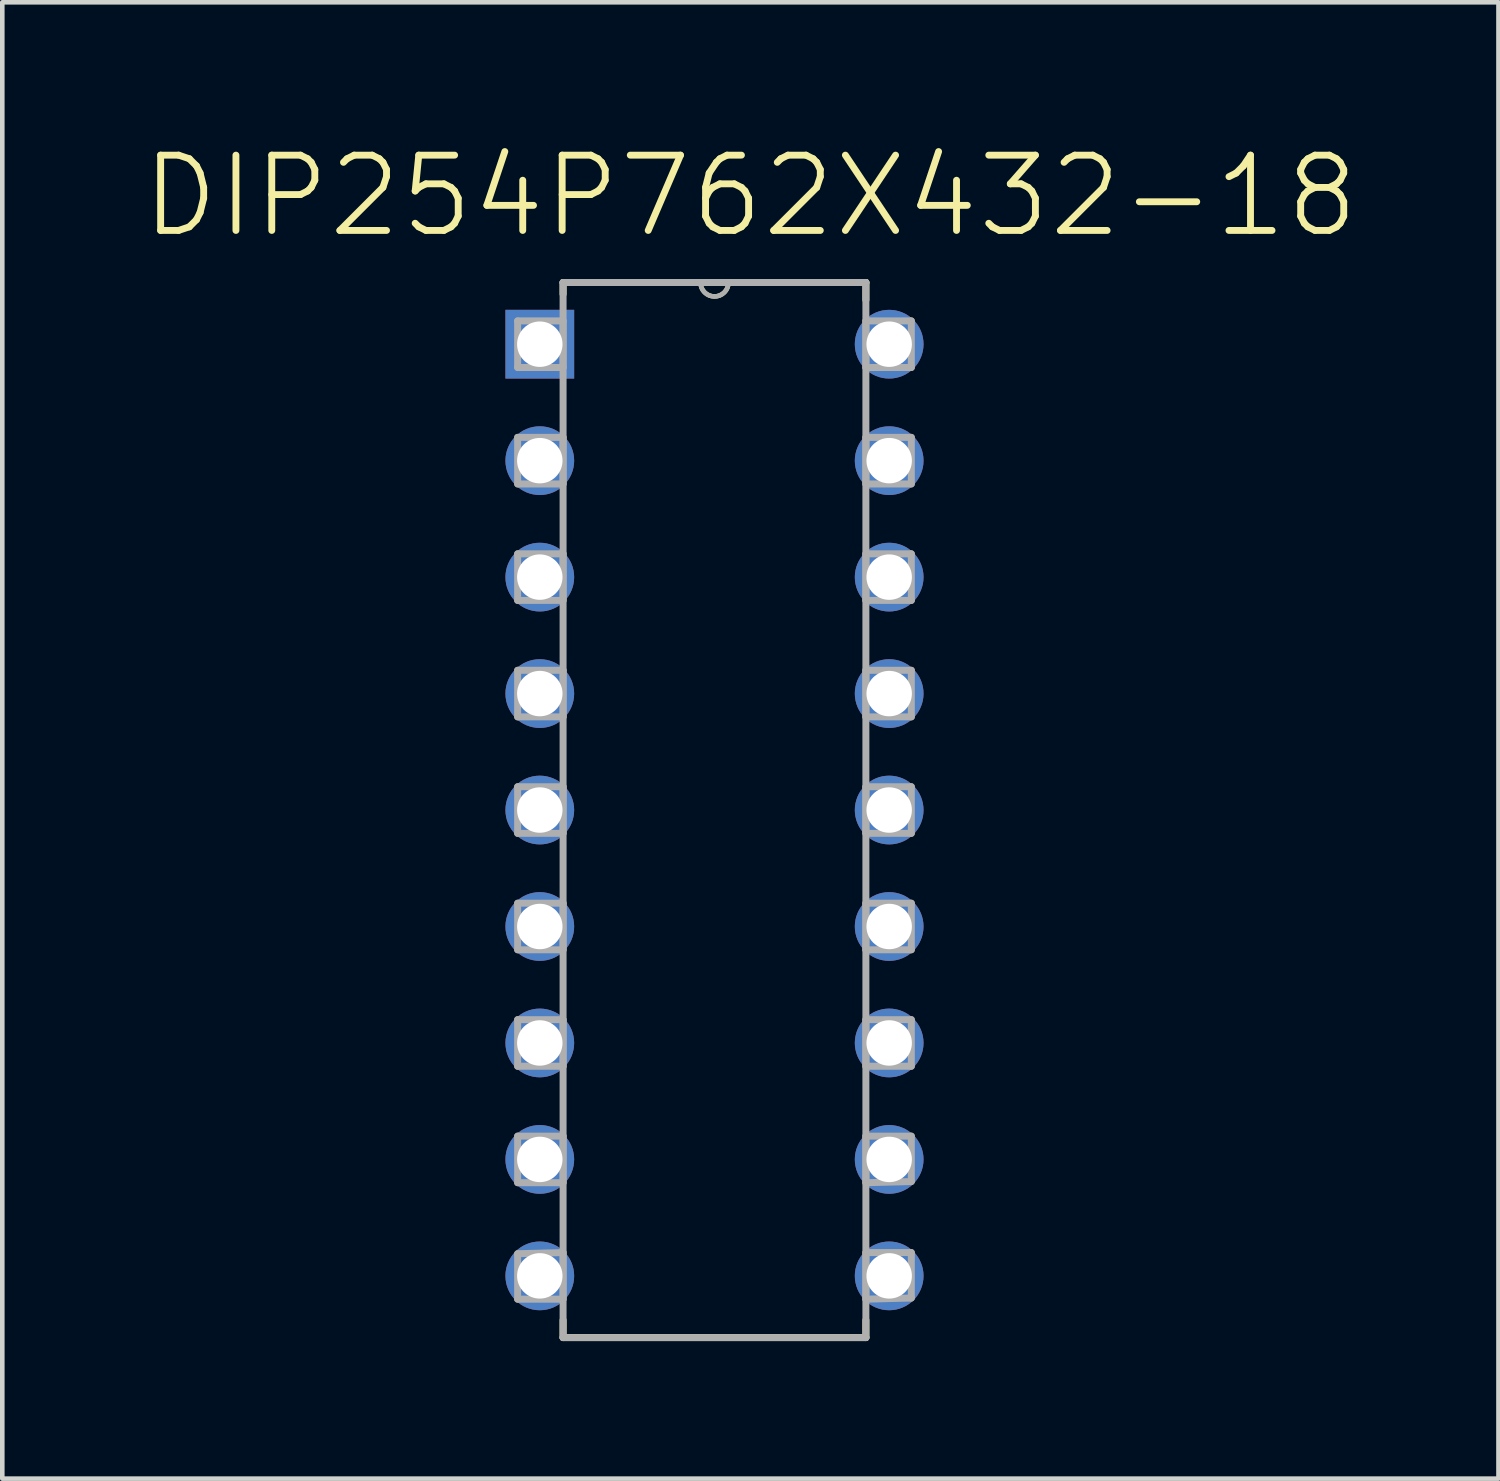
<source format=kicad_pcb>
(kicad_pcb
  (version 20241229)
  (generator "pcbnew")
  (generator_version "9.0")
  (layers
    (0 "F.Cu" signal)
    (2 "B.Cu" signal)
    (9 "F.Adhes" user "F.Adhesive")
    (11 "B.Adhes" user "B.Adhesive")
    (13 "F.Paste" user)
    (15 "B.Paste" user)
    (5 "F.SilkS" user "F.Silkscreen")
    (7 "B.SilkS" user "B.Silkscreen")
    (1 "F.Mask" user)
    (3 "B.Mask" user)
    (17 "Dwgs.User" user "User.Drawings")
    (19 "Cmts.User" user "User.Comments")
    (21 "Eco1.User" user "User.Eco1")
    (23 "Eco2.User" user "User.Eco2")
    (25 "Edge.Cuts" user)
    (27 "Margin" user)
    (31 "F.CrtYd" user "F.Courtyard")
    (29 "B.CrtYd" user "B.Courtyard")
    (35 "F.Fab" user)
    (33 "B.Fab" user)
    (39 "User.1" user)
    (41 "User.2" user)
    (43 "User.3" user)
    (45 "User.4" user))
  (footprint "DIP254P762X432-18"
    (layer "F.Cu")
    (at 16.343 24.777)
    (property "Reference" "DIP254P762X432-18" (at -3.027 -23.553 0) (layer "F.SilkS") (effects (font (size 1.642 1.642) (thickness 0.15))))
    (attr through_hole)
    (fp_line (start -7.112 -21.666) (end -7.112 -21.412) (stroke (width 0.152) (type solid)) (layer "F.SilkS"))
    (fp_line (start -7.112 0.965) (end -7.112 1.346) (stroke (width 0.152) (type solid)) (layer "F.SilkS"))
    (fp_line (start -7.112 1.346) (end -0.508 1.346) (stroke (width 0.152) (type solid)) (layer "F.SilkS"))
    (fp_line (start -4.115 -21.666) (end -7.112 -21.666) (stroke (width 0.152) (type solid)) (layer "F.SilkS"))
    (fp_line (start -3.505 -21.666) (end -4.115 -21.666) (stroke (width 0.152) (type solid)) (layer "F.SilkS"))
    (fp_line (start -0.508 -21.666) (end -3.505 -21.666) (stroke (width 0.152) (type solid)) (layer "F.SilkS"))
    (fp_line (start -0.508 -21.285) (end -0.508 -21.666) (stroke (width 0.152) (type solid)) (layer "F.SilkS"))
    (fp_line (start -0.508 1.346) (end -0.508 0.965) (stroke (width 0.152) (type solid)) (layer "F.SilkS"))
    (fp_arc (start -3.5052 -21.6662) (mid -3.81 -21.3614) (end -4.1148 -21.6662) (stroke (width 0.1) (type solid)) (layer "F.SilkS"))
    (fp_line (start -8.103 -20.828) (end -8.103 -19.812) (stroke (width 0.152) (type solid)) (layer "F.Fab"))
    (fp_line (start -8.103 -19.812) (end -7.112 -19.812) (stroke (width 0.152) (type solid)) (layer "F.Fab"))
    (fp_line (start -8.103 -18.288) (end -8.103 -17.272) (stroke (width 0.152) (type solid)) (layer "F.Fab"))
    (fp_line (start -8.103 -17.272) (end -7.112 -17.272) (stroke (width 0.152) (type solid)) (layer "F.Fab"))
    (fp_line (start -8.103 -15.748) (end -8.103 -14.732) (stroke (width 0.152) (type solid)) (layer "F.Fab"))
    (fp_line (start -8.103 -14.732) (end -7.112 -14.732) (stroke (width 0.152) (type solid)) (layer "F.Fab"))
    (fp_line (start -8.103 -13.208) (end -8.103 -12.192) (stroke (width 0.152) (type solid)) (layer "F.Fab"))
    (fp_line (start -8.103 -12.192) (end -7.112 -12.192) (stroke (width 0.152) (type solid)) (layer "F.Fab"))
    (fp_line (start -8.103 -10.668) (end -8.103 -9.652) (stroke (width 0.152) (type solid)) (layer "F.Fab"))
    (fp_line (start -8.103 -9.652) (end -7.112 -9.652) (stroke (width 0.152) (type solid)) (layer "F.Fab"))
    (fp_line (start -8.103 -8.128) (end -8.103 -7.112) (stroke (width 0.152) (type solid)) (layer "F.Fab"))
    (fp_line (start -8.103 -7.112) (end -7.112 -7.112) (stroke (width 0.152) (type solid)) (layer "F.Fab"))
    (fp_line (start -8.103 -5.588) (end -8.103 -4.572) (stroke (width 0.152) (type solid)) (layer "F.Fab"))
    (fp_line (start -8.103 -4.572) (end -7.112 -4.572) (stroke (width 0.152) (type solid)) (layer "F.Fab"))
    (fp_line (start -8.103 -3.048) (end -8.103 -2.032) (stroke (width 0.152) (type solid)) (layer "F.Fab"))
    (fp_line (start -8.103 -2.032) (end -7.112 -2.032) (stroke (width 0.152) (type solid)) (layer "F.Fab"))
    (fp_line (start -8.103 -0.483) (end -8.103 0.508) (stroke (width 0.152) (type solid)) (layer "F.Fab"))
    (fp_line (start -8.103 0.508) (end -7.112 0.508) (stroke (width 0.152) (type solid)) (layer "F.Fab"))
    (fp_line (start -7.112 -21.666) (end -7.112 1.346) (stroke (width 0.152) (type solid)) (layer "F.Fab"))
    (fp_line (start -7.112 -20.828) (end -8.103 -20.828) (stroke (width 0.152) (type solid)) (layer "F.Fab"))
    (fp_line (start -7.112 -19.812) (end -7.112 -20.828) (stroke (width 0.152) (type solid)) (layer "F.Fab"))
    (fp_line (start -7.112 -18.288) (end -8.103 -18.288) (stroke (width 0.152) (type solid)) (layer "F.Fab"))
    (fp_line (start -7.112 -17.272) (end -7.112 -18.288) (stroke (width 0.152) (type solid)) (layer "F.Fab"))
    (fp_line (start -7.112 -15.748) (end -8.103 -15.748) (stroke (width 0.152) (type solid)) (layer "F.Fab"))
    (fp_line (start -7.112 -14.732) (end -7.112 -15.748) (stroke (width 0.152) (type solid)) (layer "F.Fab"))
    (fp_line (start -7.112 -13.208) (end -8.103 -13.208) (stroke (width 0.152) (type solid)) (layer "F.Fab"))
    (fp_line (start -7.112 -12.192) (end -7.112 -13.208) (stroke (width 0.152) (type solid)) (layer "F.Fab"))
    (fp_line (start -7.112 -10.668) (end -8.103 -10.668) (stroke (width 0.152) (type solid)) (layer "F.Fab"))
    (fp_line (start -7.112 -9.652) (end -7.112 -10.668) (stroke (width 0.152) (type solid)) (layer "F.Fab"))
    (fp_line (start -7.112 -8.128) (end -8.103 -8.128) (stroke (width 0.152) (type solid)) (layer "F.Fab"))
    (fp_line (start -7.112 -7.112) (end -7.112 -8.128) (stroke (width 0.152) (type solid)) (layer "F.Fab"))
    (fp_line (start -7.112 -5.588) (end -8.103 -5.588) (stroke (width 0.152) (type solid)) (layer "F.Fab"))
    (fp_line (start -7.112 -4.572) (end -7.112 -5.588) (stroke (width 0.152) (type solid)) (layer "F.Fab"))
    (fp_line (start -7.112 -3.048) (end -8.103 -3.048) (stroke (width 0.152) (type solid)) (layer "F.Fab"))
    (fp_line (start -7.112 -2.032) (end -7.112 -3.048) (stroke (width 0.152) (type solid)) (layer "F.Fab"))
    (fp_line (start -7.112 -0.508) (end -8.103 -0.483) (stroke (width 0.152) (type solid)) (layer "F.Fab"))
    (fp_line (start -7.112 0.508) (end -7.112 -0.508) (stroke (width 0.152) (type solid)) (layer "F.Fab"))
    (fp_line (start -7.112 1.346) (end -0.508 1.346) (stroke (width 0.152) (type solid)) (layer "F.Fab"))
    (fp_line (start -4.115 -21.666) (end -7.112 -21.666) (stroke (width 0.152) (type solid)) (layer "F.Fab"))
    (fp_line (start -3.505 -21.666) (end -4.115 -21.666) (stroke (width 0.152) (type solid)) (layer "F.Fab"))
    (fp_line (start -0.508 -21.666) (end -3.505 -21.666) (stroke (width 0.152) (type solid)) (layer "F.Fab"))
    (fp_line (start -0.508 -20.828) (end -0.508 -19.812) (stroke (width 0.152) (type solid)) (layer "F.Fab"))
    (fp_line (start -0.508 -19.812) (end 0.483 -19.812) (stroke (width 0.152) (type solid)) (layer "F.Fab"))
    (fp_line (start -0.508 -18.288) (end -0.508 -17.272) (stroke (width 0.152) (type solid)) (layer "F.Fab"))
    (fp_line (start -0.508 -17.272) (end 0.483 -17.272) (stroke (width 0.152) (type solid)) (layer "F.Fab"))
    (fp_line (start -0.508 -15.748) (end -0.508 -14.732) (stroke (width 0.152) (type solid)) (layer "F.Fab"))
    (fp_line (start -0.508 -14.732) (end 0.483 -14.732) (stroke (width 0.152) (type solid)) (layer "F.Fab"))
    (fp_line (start -0.508 -13.208) (end -0.508 -12.192) (stroke (width 0.152) (type solid)) (layer "F.Fab"))
    (fp_line (start -0.508 -12.192) (end 0.483 -12.192) (stroke (width 0.152) (type solid)) (layer "F.Fab"))
    (fp_line (start -0.508 -10.668) (end -0.508 -9.652) (stroke (width 0.152) (type solid)) (layer "F.Fab"))
    (fp_line (start -0.508 -9.652) (end 0.483 -9.652) (stroke (width 0.152) (type solid)) (layer "F.Fab"))
    (fp_line (start -0.508 -8.128) (end -0.508 -7.112) (stroke (width 0.152) (type solid)) (layer "F.Fab"))
    (fp_line (start -0.508 -7.112) (end 0.483 -7.112) (stroke (width 0.152) (type solid)) (layer "F.Fab"))
    (fp_line (start -0.508 -5.588) (end -0.508 -4.572) (stroke (width 0.152) (type solid)) (layer "F.Fab"))
    (fp_line (start -0.508 -4.572) (end 0.483 -4.572) (stroke (width 0.152) (type solid)) (layer "F.Fab"))
    (fp_line (start -0.508 -3.048) (end -0.508 -2.032) (stroke (width 0.152) (type solid)) (layer "F.Fab"))
    (fp_line (start -0.508 -2.032) (end 0.483 -2.057) (stroke (width 0.152) (type solid)) (layer "F.Fab"))
    (fp_line (start -0.508 -0.508) (end -0.508 0.508) (stroke (width 0.152) (type solid)) (layer "F.Fab"))
    (fp_line (start -0.508 0.508) (end 0.483 0.483) (stroke (width 0.152) (type solid)) (layer "F.Fab"))
    (fp_line (start -0.508 1.346) (end -0.508 -21.666) (stroke (width 0.152) (type solid)) (layer "F.Fab"))
    (fp_line (start 0.483 -20.828) (end -0.508 -20.828) (stroke (width 0.152) (type solid)) (layer "F.Fab"))
    (fp_line (start 0.483 -19.812) (end 0.483 -20.828) (stroke (width 0.152) (type solid)) (layer "F.Fab"))
    (fp_line (start 0.483 -18.288) (end -0.508 -18.288) (stroke (width 0.152) (type solid)) (layer "F.Fab"))
    (fp_line (start 0.483 -17.272) (end 0.483 -18.288) (stroke (width 0.152) (type solid)) (layer "F.Fab"))
    (fp_line (start 0.483 -15.748) (end -0.508 -15.748) (stroke (width 0.152) (type solid)) (layer "F.Fab"))
    (fp_line (start 0.483 -14.732) (end 0.483 -15.748) (stroke (width 0.152) (type solid)) (layer "F.Fab"))
    (fp_line (start 0.483 -13.208) (end -0.508 -13.208) (stroke (width 0.152) (type solid)) (layer "F.Fab"))
    (fp_line (start 0.483 -12.192) (end 0.483 -13.208) (stroke (width 0.152) (type solid)) (layer "F.Fab"))
    (fp_line (start 0.483 -10.668) (end -0.508 -10.668) (stroke (width 0.152) (type solid)) (layer "F.Fab"))
    (fp_line (start 0.483 -9.652) (end 0.483 -10.668) (stroke (width 0.152) (type solid)) (layer "F.Fab"))
    (fp_line (start 0.483 -8.128) (end -0.508 -8.128) (stroke (width 0.152) (type solid)) (layer "F.Fab"))
    (fp_line (start 0.483 -7.112) (end 0.483 -8.128) (stroke (width 0.152) (type solid)) (layer "F.Fab"))
    (fp_line (start 0.483 -5.588) (end -0.508 -5.588) (stroke (width 0.152) (type solid)) (layer "F.Fab"))
    (fp_line (start 0.483 -4.572) (end 0.483 -5.588) (stroke (width 0.152) (type solid)) (layer "F.Fab"))
    (fp_line (start 0.483 -3.048) (end -0.508 -3.048) (stroke (width 0.152) (type solid)) (layer "F.Fab"))
    (fp_line (start 0.483 -2.057) (end 0.483 -3.048) (stroke (width 0.152) (type solid)) (layer "F.Fab"))
    (fp_line (start 0.483 -0.508) (end -0.508 -0.508) (stroke (width 0.152) (type solid)) (layer "F.Fab"))
    (fp_line (start 0.483 0.483) (end 0.483 -0.508) (stroke (width 0.152) (type solid)) (layer "F.Fab"))
    (fp_arc (start -3.5052 -21.6662) (mid -3.81 -21.3614) (end -4.1148 -21.6662) (stroke (width 0.1) (type solid)) (layer "F.Fab"))
    (pad "1" thru_hole rect (at -7.62 -20.32) (size 1.499 1.499) (drill 0.991) (layers "*.Cu" "*.Mask"))
    (pad "2" thru_hole circle (at -7.62 -17.78) (size 1.499 1.499) (drill 0.991) (layers "*.Cu" "*.Mask"))
    (pad "3" thru_hole circle (at -7.62 -15.24) (size 1.499 1.499) (drill 0.991) (layers "*.Cu" "*.Mask"))
    (pad "4" thru_hole circle (at -7.62 -12.7) (size 1.499 1.499) (drill 0.991) (layers "*.Cu" "*.Mask"))
    (pad "5" thru_hole circle (at -7.62 -10.16) (size 1.499 1.499) (drill 0.991) (layers "*.Cu" "*.Mask"))
    (pad "6" thru_hole circle (at -7.62 -7.62) (size 1.499 1.499) (drill 0.991) (layers "*.Cu" "*.Mask"))
    (pad "7" thru_hole circle (at -7.62 -5.08) (size 1.499 1.499) (drill 0.991) (layers "*.Cu" "*.Mask"))
    (pad "8" thru_hole circle (at -7.62 -2.54) (size 1.499 1.499) (drill 0.991) (layers "*.Cu" "*.Mask"))
    (pad "9" thru_hole circle (at -7.62 0) (size 1.499 1.499) (drill 0.991) (layers "*.Cu" "*.Mask"))
    (pad "10" thru_hole circle (at 0 0) (size 1.499 1.499) (drill 0.991) (layers "*.Cu" "*.Mask"))
    (pad "11" thru_hole circle (at 0 -2.54) (size 1.499 1.499) (drill 0.991) (layers "*.Cu" "*.Mask"))
    (pad "12" thru_hole circle (at 0 -5.08) (size 1.499 1.499) (drill 0.991) (layers "*.Cu" "*.Mask"))
    (pad "13" thru_hole circle (at 0 -7.62) (size 1.499 1.499) (drill 0.991) (layers "*.Cu" "*.Mask"))
    (pad "14" thru_hole circle (at 0 -10.16) (size 1.499 1.499) (drill 0.991) (layers "*.Cu" "*.Mask"))
    (pad "15" thru_hole circle (at 0 -12.7) (size 1.499 1.499) (drill 0.991) (layers "*.Cu" "*.Mask"))
    (pad "16" thru_hole circle (at 0 -15.24) (size 1.499 1.499) (drill 0.991) (layers "*.Cu" "*.Mask"))
    (pad "17" thru_hole circle (at 0 -17.78) (size 1.499 1.499) (drill 0.991) (layers "*.Cu" "*.Mask"))
    (pad "18" thru_hole circle (at 0 -20.32) (size 1.499 1.499) (drill 0.991) (layers "*.Cu" "*.Mask")))
  (gr_rect
    (start -3 -3)
    (end 29.632 29.199)
    (stroke (width 0.1) (type default))
    (fill no)
    (layer "Edge.Cuts")))
</source>
